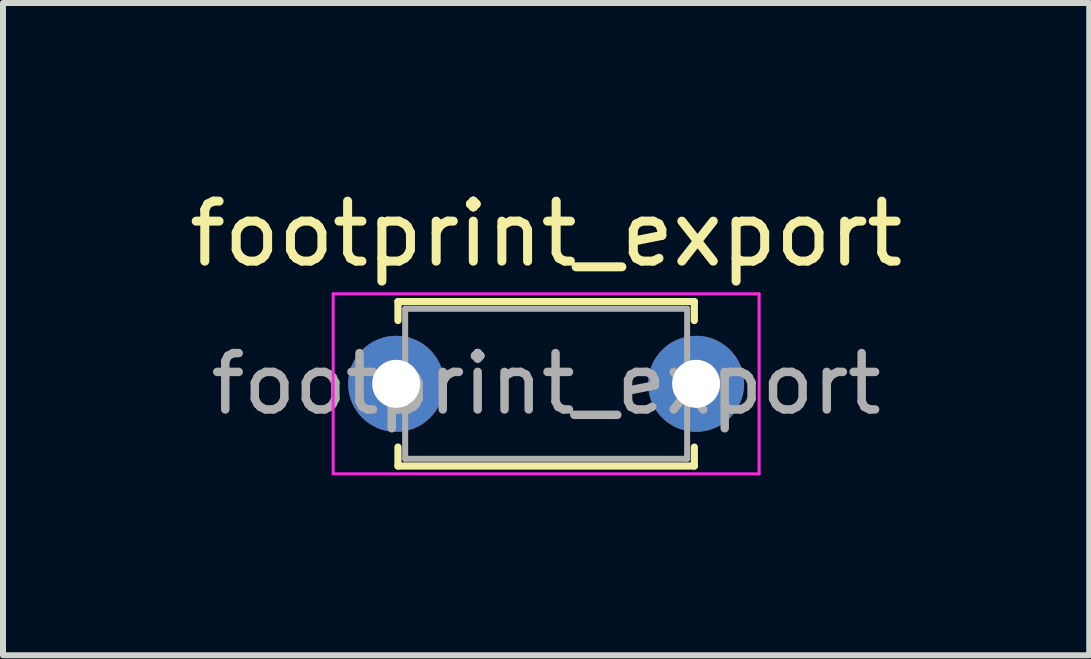
<source format=kicad_pcb>
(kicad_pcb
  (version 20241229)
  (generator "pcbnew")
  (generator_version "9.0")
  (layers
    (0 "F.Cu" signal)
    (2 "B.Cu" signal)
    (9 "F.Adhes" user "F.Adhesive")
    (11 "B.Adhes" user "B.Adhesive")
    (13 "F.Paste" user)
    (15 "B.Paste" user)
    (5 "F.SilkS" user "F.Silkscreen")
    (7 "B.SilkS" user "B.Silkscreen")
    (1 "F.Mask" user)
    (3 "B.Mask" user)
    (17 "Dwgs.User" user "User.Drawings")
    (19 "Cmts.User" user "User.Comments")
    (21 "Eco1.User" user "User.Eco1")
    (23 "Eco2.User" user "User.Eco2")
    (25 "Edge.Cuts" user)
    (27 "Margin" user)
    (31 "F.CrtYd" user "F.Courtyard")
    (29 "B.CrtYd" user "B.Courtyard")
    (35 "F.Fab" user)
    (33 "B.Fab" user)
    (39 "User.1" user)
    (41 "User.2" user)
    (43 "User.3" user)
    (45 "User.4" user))
  (footprint "footprint_export"
    (layer "F.Cu")
    (at 3.554 3.348)
    (property "Reference" "footprint_export" (at 2.5 -2.5 0) (layer "F.SilkS") (effects (font (size 1 1) (thickness 0.15))))
    (attr through_hole)
    (fp_line (start 0.03 -1.37) (end 0.03 -1.055) (stroke (width 0.12) (type solid)) (layer "F.SilkS"))
    (fp_line (start 0.03 -1.37) (end 4.97 -1.37) (stroke (width 0.12) (type solid)) (layer "F.SilkS"))
    (fp_line (start 0.03 1.055) (end 0.03 1.37) (stroke (width 0.12) (type solid)) (layer "F.SilkS"))
    (fp_line (start 0.03 1.37) (end 4.97 1.37) (stroke (width 0.12) (type solid)) (layer "F.SilkS"))
    (fp_line (start 4.97 -1.37) (end 4.97 -1.055) (stroke (width 0.12) (type solid)) (layer "F.SilkS"))
    (fp_line (start 4.97 1.055) (end 4.97 1.37) (stroke (width 0.12) (type solid)) (layer "F.SilkS"))
    (fp_line (start -1.05 -1.5) (end -1.05 1.5) (stroke (width 0.05) (type solid)) (layer "F.CrtYd"))
    (fp_line (start -1.05 1.5) (end 6.05 1.5) (stroke (width 0.05) (type solid)) (layer "F.CrtYd"))
    (fp_line (start 6.05 -1.5) (end -1.05 -1.5) (stroke (width 0.05) (type solid)) (layer "F.CrtYd"))
    (fp_line (start 6.05 1.5) (end 6.05 -1.5) (stroke (width 0.05) (type solid)) (layer "F.CrtYd"))
    (fp_line (start 0.15 -1.25) (end 0.15 1.25) (stroke (width 0.1) (type solid)) (layer "F.Fab"))
    (fp_line (start 0.15 1.25) (end 4.85 1.25) (stroke (width 0.1) (type solid)) (layer "F.Fab"))
    (fp_line (start 4.85 -1.25) (end 0.15 -1.25) (stroke (width 0.1) (type solid)) (layer "F.Fab"))
    (fp_line (start 4.85 1.25) (end 4.85 -1.25) (stroke (width 0.1) (type solid)) (layer "F.Fab"))
    (fp_text user "${REFERENCE}" (at 2.5 0 0) (layer "F.Fab") (effects (font (size 0.94 0.94) (thickness 0.141))))
    (pad "1" thru_hole circle (at 0 0) (size 1.6 1.6) (drill 0.8) (layers "*.Cu" "*.Mask"))
    (pad "2" thru_hole circle (at 5 0) (size 1.6 1.6) (drill 0.8) (layers "*.Cu" "*.Mask")))
  (gr_rect
    (start -3 -3)
    (end 15.107 7.873)
    (stroke (width 0.1) (type default))
    (fill no)
    (layer "Edge.Cuts")))
</source>
